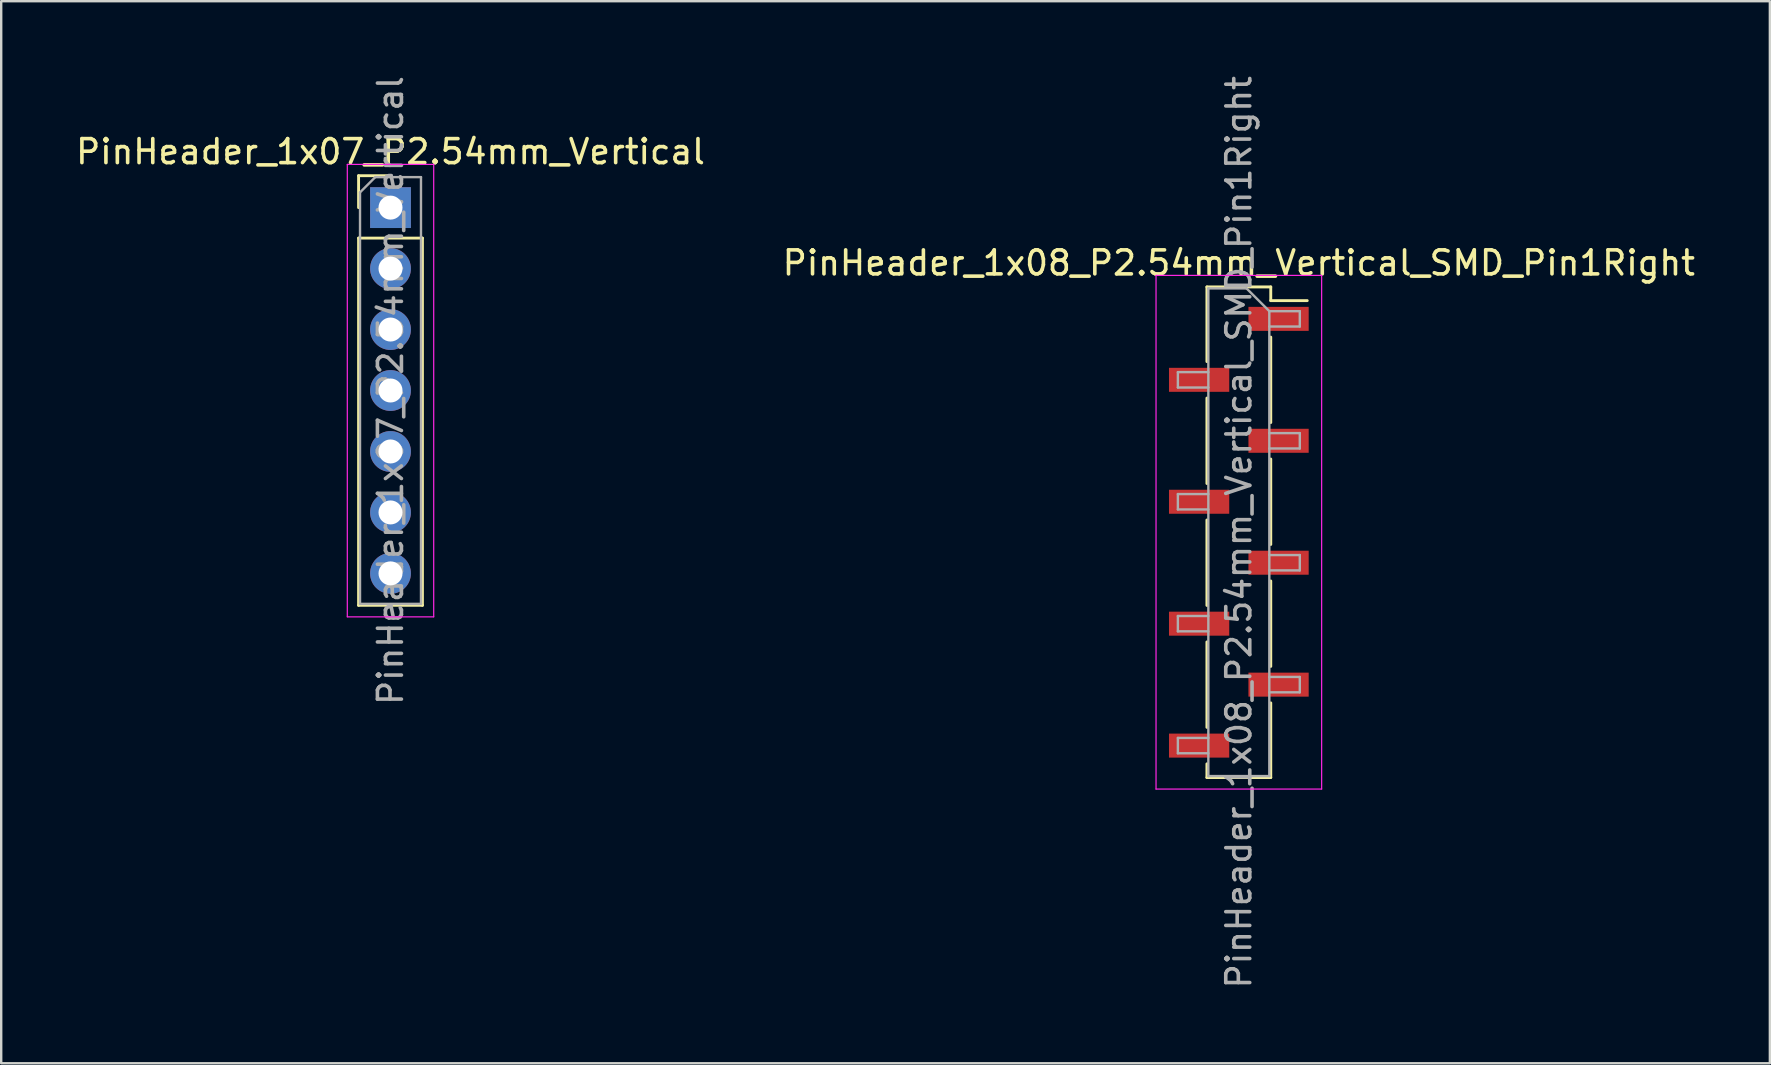
<source format=kicad_pcb>
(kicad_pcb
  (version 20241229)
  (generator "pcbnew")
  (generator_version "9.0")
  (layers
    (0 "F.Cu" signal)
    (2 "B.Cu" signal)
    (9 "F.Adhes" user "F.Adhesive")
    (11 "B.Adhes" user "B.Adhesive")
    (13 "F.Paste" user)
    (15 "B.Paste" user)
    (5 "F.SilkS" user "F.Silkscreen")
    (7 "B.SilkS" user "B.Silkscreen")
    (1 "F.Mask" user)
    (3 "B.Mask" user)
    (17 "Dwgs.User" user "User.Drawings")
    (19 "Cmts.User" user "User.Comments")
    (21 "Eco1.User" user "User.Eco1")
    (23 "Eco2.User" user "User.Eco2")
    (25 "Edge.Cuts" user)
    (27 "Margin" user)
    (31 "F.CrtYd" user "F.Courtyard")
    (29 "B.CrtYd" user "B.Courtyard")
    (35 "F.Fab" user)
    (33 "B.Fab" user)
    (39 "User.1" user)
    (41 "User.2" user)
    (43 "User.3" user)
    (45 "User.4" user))
  (footprint "PinHeader_1x07_P2.54mm_Vertical"
    (layer "F.Cu")
    (at 13.22 5.6)
    (property "Reference" "PinHeader_1x07_P2.54mm_Vertical" (at 0 -2.33 0) (layer "F.SilkS") (effects (font (size 1 1) (thickness 0.15))))
    (attr through_hole)
    (fp_line (start -1.33 -1.33) (end 0 -1.33) (stroke (width 0.12) (type solid)) (layer "F.SilkS"))
    (fp_line (start -1.33 0) (end -1.33 -1.33) (stroke (width 0.12) (type solid)) (layer "F.SilkS"))
    (fp_line (start -1.33 1.27) (end -1.33 16.57) (stroke (width 0.12) (type solid)) (layer "F.SilkS"))
    (fp_line (start -1.33 1.27) (end 1.33 1.27) (stroke (width 0.12) (type solid)) (layer "F.SilkS"))
    (fp_line (start -1.33 16.57) (end 1.33 16.57) (stroke (width 0.12) (type solid)) (layer "F.SilkS"))
    (fp_line (start 1.33 1.27) (end 1.33 16.57) (stroke (width 0.12) (type solid)) (layer "F.SilkS"))
    (fp_line (start -1.8 -1.8) (end -1.8 17.05) (stroke (width 0.05) (type solid)) (layer "F.CrtYd"))
    (fp_line (start -1.8 17.05) (end 1.8 17.05) (stroke (width 0.05) (type solid)) (layer "F.CrtYd"))
    (fp_line (start 1.8 -1.8) (end -1.8 -1.8) (stroke (width 0.05) (type solid)) (layer "F.CrtYd"))
    (fp_line (start 1.8 17.05) (end 1.8 -1.8) (stroke (width 0.05) (type solid)) (layer "F.CrtYd"))
    (fp_line (start -1.27 -0.635) (end -0.635 -1.27) (stroke (width 0.1) (type solid)) (layer "F.Fab"))
    (fp_line (start -1.27 16.51) (end -1.27 -0.635) (stroke (width 0.1) (type solid)) (layer "F.Fab"))
    (fp_line (start -0.635 -1.27) (end 1.27 -1.27) (stroke (width 0.1) (type solid)) (layer "F.Fab"))
    (fp_line (start 1.27 -1.27) (end 1.27 16.51) (stroke (width 0.1) (type solid)) (layer "F.Fab"))
    (fp_line (start 1.27 16.51) (end -1.27 16.51) (stroke (width 0.1) (type solid)) (layer "F.Fab"))
    (fp_text user "${REFERENCE}" (at 0 7.62 90) (layer "F.Fab") (effects (font (size 1 1) (thickness 0.15))))
    (pad "1" thru_hole rect (at 0 0) (size 1.7 1.7) (drill 1) (layers "*.Cu" "*.Mask"))
    (pad "2" thru_hole oval (at 0 2.54) (size 1.7 1.7) (drill 1) (layers "*.Cu" "*.Mask"))
    (pad "3" thru_hole oval (at 0 5.08) (size 1.7 1.7) (drill 1) (layers "*.Cu" "*.Mask"))
    (pad "4" thru_hole oval (at 0 7.62) (size 1.7 1.7) (drill 1) (layers "*.Cu" "*.Mask"))
    (pad "5" thru_hole oval (at 0 10.16) (size 1.7 1.7) (drill 1) (layers "*.Cu" "*.Mask"))
    (pad "6" thru_hole oval (at 0 12.7) (size 1.7 1.7) (drill 1) (layers "*.Cu" "*.Mask"))
    (pad "7" thru_hole oval (at 0 15.24) (size 1.7 1.7) (drill 1) (layers "*.Cu" "*.Mask")))
  (footprint "PinHeader_1x08_P2.54mm_Vertical_SMD_Pin1Right"
    (layer "F.Cu")
    (at 48.565 19.125)
    (property "Reference" "PinHeader_1x08_P2.54mm_Vertical_SMD_Pin1Right" (at 0 -11.22 0) (layer "F.SilkS") (effects (font (size 1 1) (thickness 0.15))))
    (attr smd)
    (fp_line (start -1.33 -10.22) (end -1.33 -7.11) (stroke (width 0.12) (type solid)) (layer "F.SilkS"))
    (fp_line (start -1.33 -10.22) (end 1.33 -10.22) (stroke (width 0.12) (type solid)) (layer "F.SilkS"))
    (fp_line (start -1.33 -5.59) (end -1.33 -2.03) (stroke (width 0.12) (type solid)) (layer "F.SilkS"))
    (fp_line (start -1.33 -0.51) (end -1.33 3.05) (stroke (width 0.12) (type solid)) (layer "F.SilkS"))
    (fp_line (start -1.33 4.57) (end -1.33 8.13) (stroke (width 0.12) (type solid)) (layer "F.SilkS"))
    (fp_line (start -1.33 9.65) (end -1.33 10.22) (stroke (width 0.12) (type solid)) (layer "F.SilkS"))
    (fp_line (start -1.33 10.22) (end 1.33 10.22) (stroke (width 0.12) (type solid)) (layer "F.SilkS"))
    (fp_line (start 1.33 -10.22) (end 1.33 -9.65) (stroke (width 0.12) (type solid)) (layer "F.SilkS"))
    (fp_line (start 1.33 -9.65) (end 2.85 -9.65) (stroke (width 0.12) (type solid)) (layer "F.SilkS"))
    (fp_line (start 1.33 -8.13) (end 1.33 -4.57) (stroke (width 0.12) (type solid)) (layer "F.SilkS"))
    (fp_line (start 1.33 -3.05) (end 1.33 0.51) (stroke (width 0.12) (type solid)) (layer "F.SilkS"))
    (fp_line (start 1.33 2.03) (end 1.33 5.59) (stroke (width 0.12) (type solid)) (layer "F.SilkS"))
    (fp_line (start 1.33 7.11) (end 1.33 10.22) (stroke (width 0.12) (type solid)) (layer "F.SilkS"))
    (fp_line (start -3.45 -10.7) (end -3.45 10.7) (stroke (width 0.05) (type solid)) (layer "F.CrtYd"))
    (fp_line (start -3.45 10.7) (end 3.45 10.7) (stroke (width 0.05) (type solid)) (layer "F.CrtYd"))
    (fp_line (start 3.45 -10.7) (end -3.45 -10.7) (stroke (width 0.05) (type solid)) (layer "F.CrtYd"))
    (fp_line (start 3.45 10.7) (end 3.45 -10.7) (stroke (width 0.05) (type solid)) (layer "F.CrtYd"))
    (fp_line (start -2.54 -6.67) (end -2.54 -6.03) (stroke (width 0.1) (type solid)) (layer "F.Fab"))
    (fp_line (start -2.54 -6.03) (end -1.27 -6.03) (stroke (width 0.1) (type solid)) (layer "F.Fab"))
    (fp_line (start -2.54 -1.59) (end -2.54 -0.95) (stroke (width 0.1) (type solid)) (layer "F.Fab"))
    (fp_line (start -2.54 -0.95) (end -1.27 -0.95) (stroke (width 0.1) (type solid)) (layer "F.Fab"))
    (fp_line (start -2.54 3.49) (end -2.54 4.13) (stroke (width 0.1) (type solid)) (layer "F.Fab"))
    (fp_line (start -2.54 4.13) (end -1.27 4.13) (stroke (width 0.1) (type solid)) (layer "F.Fab"))
    (fp_line (start -2.54 8.57) (end -2.54 9.21) (stroke (width 0.1) (type solid)) (layer "F.Fab"))
    (fp_line (start -2.54 9.21) (end -1.27 9.21) (stroke (width 0.1) (type solid)) (layer "F.Fab"))
    (fp_line (start -1.27 -10.16) (end -1.27 10.16) (stroke (width 0.1) (type solid)) (layer "F.Fab"))
    (fp_line (start -1.27 -10.16) (end 0.32 -10.16) (stroke (width 0.1) (type solid)) (layer "F.Fab"))
    (fp_line (start -1.27 -6.67) (end -2.54 -6.67) (stroke (width 0.1) (type solid)) (layer "F.Fab"))
    (fp_line (start -1.27 -1.59) (end -2.54 -1.59) (stroke (width 0.1) (type solid)) (layer "F.Fab"))
    (fp_line (start -1.27 3.49) (end -2.54 3.49) (stroke (width 0.1) (type solid)) (layer "F.Fab"))
    (fp_line (start -1.27 8.57) (end -2.54 8.57) (stroke (width 0.1) (type solid)) (layer "F.Fab"))
    (fp_line (start 1.27 -9.21) (end 0.32 -10.16) (stroke (width 0.1) (type solid)) (layer "F.Fab"))
    (fp_line (start 1.27 -9.21) (end 2.54 -9.21) (stroke (width 0.1) (type solid)) (layer "F.Fab"))
    (fp_line (start 1.27 -4.13) (end 2.54 -4.13) (stroke (width 0.1) (type solid)) (layer "F.Fab"))
    (fp_line (start 1.27 0.95) (end 2.54 0.95) (stroke (width 0.1) (type solid)) (layer "F.Fab"))
    (fp_line (start 1.27 6.03) (end 2.54 6.03) (stroke (width 0.1) (type solid)) (layer "F.Fab"))
    (fp_line (start 1.27 10.16) (end -1.27 10.16) (stroke (width 0.1) (type solid)) (layer "F.Fab"))
    (fp_line (start 1.27 10.16) (end 1.27 -9.21) (stroke (width 0.1) (type solid)) (layer "F.Fab"))
    (fp_line (start 2.54 -9.21) (end 2.54 -8.57) (stroke (width 0.1) (type solid)) (layer "F.Fab"))
    (fp_line (start 2.54 -8.57) (end 1.27 -8.57) (stroke (width 0.1) (type solid)) (layer "F.Fab"))
    (fp_line (start 2.54 -4.13) (end 2.54 -3.49) (stroke (width 0.1) (type solid)) (layer "F.Fab"))
    (fp_line (start 2.54 -3.49) (end 1.27 -3.49) (stroke (width 0.1) (type solid)) (layer "F.Fab"))
    (fp_line (start 2.54 0.95) (end 2.54 1.59) (stroke (width 0.1) (type solid)) (layer "F.Fab"))
    (fp_line (start 2.54 1.59) (end 1.27 1.59) (stroke (width 0.1) (type solid)) (layer "F.Fab"))
    (fp_line (start 2.54 6.03) (end 2.54 6.67) (stroke (width 0.1) (type solid)) (layer "F.Fab"))
    (fp_line (start 2.54 6.67) (end 1.27 6.67) (stroke (width 0.1) (type solid)) (layer "F.Fab"))
    (fp_text user "${REFERENCE}" (at 0 0 90) (layer "F.Fab") (effects (font (size 1 1) (thickness 0.15))))
    (pad "1" smd rect (at 1.655 -8.89) (size 2.51 1) (layers "F.Cu" "F.Mask" "F.Paste"))
    (pad "2" smd rect (at -1.655 -6.35) (size 2.51 1) (layers "F.Cu" "F.Mask" "F.Paste"))
    (pad "3" smd rect (at 1.655 -3.81) (size 2.51 1) (layers "F.Cu" "F.Mask" "F.Paste"))
    (pad "4" smd rect (at -1.655 -1.27) (size 2.51 1) (layers "F.Cu" "F.Mask" "F.Paste"))
    (pad "5" smd rect (at 1.655 1.27) (size 2.51 1) (layers "F.Cu" "F.Mask" "F.Paste"))
    (pad "6" smd rect (at -1.655 3.81) (size 2.51 1) (layers "F.Cu" "F.Mask" "F.Paste"))
    (pad "7" smd rect (at 1.655 6.35) (size 2.51 1) (layers "F.Cu" "F.Mask" "F.Paste"))
    (pad "8" smd rect (at -1.655 8.89) (size 2.51 1) (layers "F.Cu" "F.Mask" "F.Paste")))
  (gr_rect
    (start -3 -3)
    (end 70.69 41.25)
    (stroke (width 0.1) (type default))
    (fill no)
    (layer "Edge.Cuts")))
</source>
